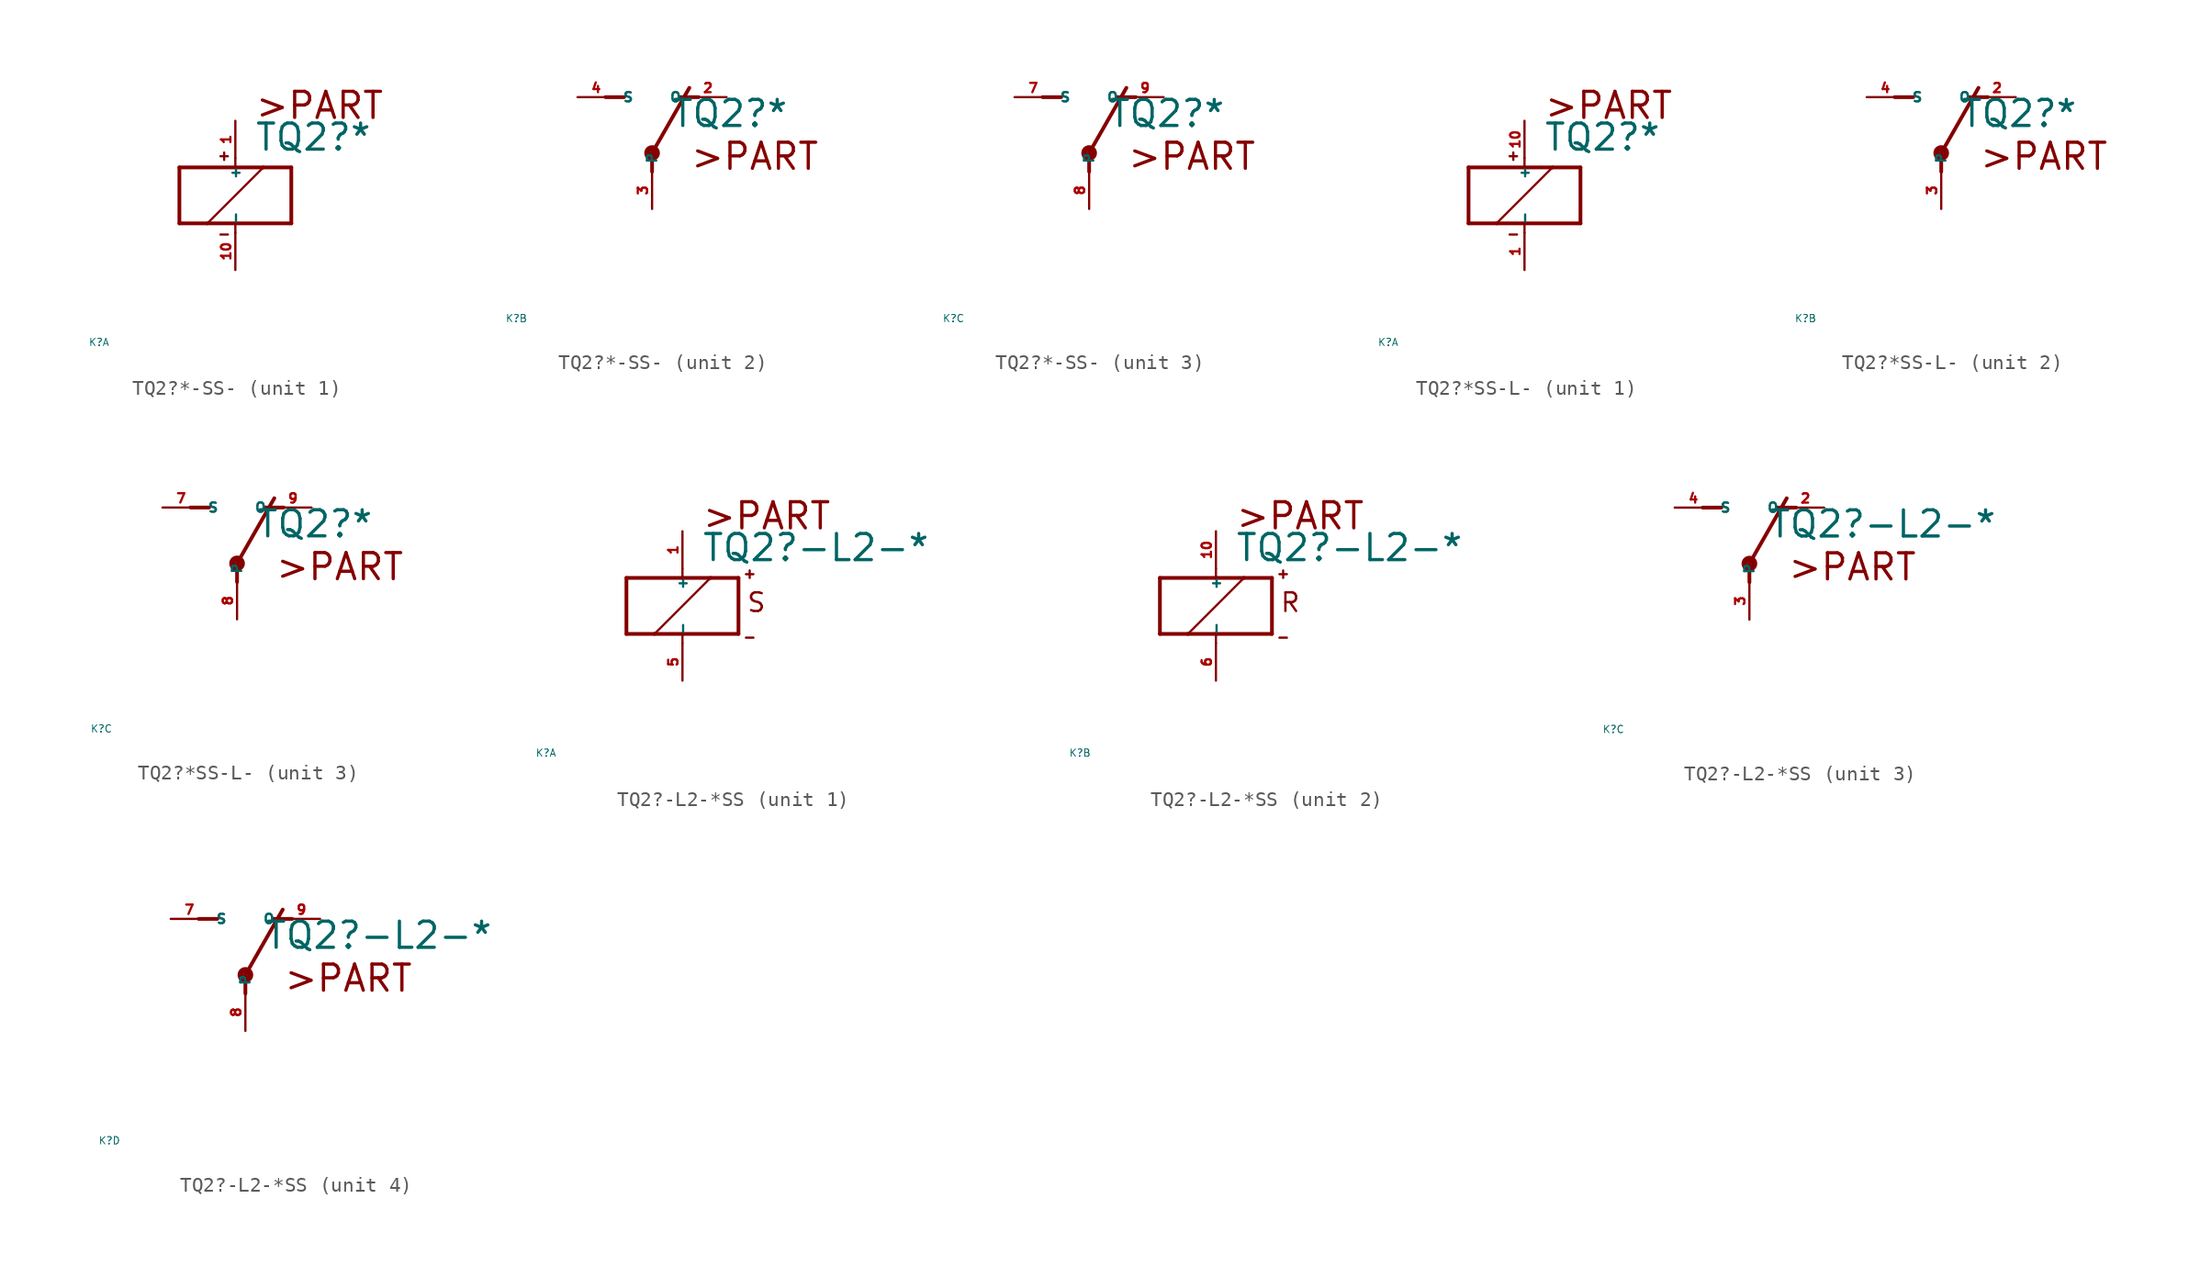
<source format=kicad_sym>
(kicad_symbol_lib
  (version 20220914)
  (generator Eagle2Kicad)
  (symbol "TQ2?*-SS-"
    (property "Reference" "K"
      (at -10 -10 0)
      (effects (font (size 0.5 0.5) (thickness 0.06)) (justify left)))
    (property "Value" "TQ2?*"
      (at 1.27 2.921 0)
      (effects (font (size 1.778 1.778) (thickness 0.22)) (justify left bottom)))
    (symbol "TQ2?*-SS-_1_0"
      (polyline (pts (xy -3.81 -1.905) (xy -1.905 -1.905)) (stroke (width 0.254) (type default)) (fill (type none)))
      (polyline (pts (xy 3.81 -1.905) (xy 3.81 1.905)) (stroke (width 0.254) (type default)) (fill (type none)))
      (polyline (pts (xy 3.81 1.905) (xy 1.905 1.905)) (stroke (width 0.254) (type default)) (fill (type none)))
      (polyline (pts (xy -3.81 1.905) (xy -3.81 -1.905)) (stroke (width 0.254) (type default)) (fill (type none)))
      (polyline (pts (xy 0 -2.54) (xy 0 -1.905)) (stroke (width 0.152) (type default)) (fill (type none)))
      (polyline (pts (xy 0 -1.905) (xy 3.81 -1.905)) (stroke (width 0.254) (type default)) (fill (type none)))
      (polyline (pts (xy 0 2.54) (xy 0 1.905)) (stroke (width 0.152) (type default)) (fill (type none)))
      (polyline (pts (xy 0 1.905) (xy -3.81 1.905)) (stroke (width 0.254) (type default)) (fill (type none)))
      (polyline (pts (xy -1.905 -1.905) (xy 1.905 1.905)) (stroke (width 0.152) (type default)) (fill (type none)))
      (polyline (pts (xy -1.905 -1.905) (xy 0 -1.905)) (stroke (width 0.254) (type default)) (fill (type none)))
      (polyline (pts (xy 1.905 1.905) (xy 0 1.905)) (stroke (width 0.254) (type default)) (fill (type none)))
      (polyline (pts (xy -1.016 2.667) (xy -0.508 2.667)) (stroke (width 0.152) (type default)) (fill (type none)))
      (polyline (pts (xy -0.762 2.921) (xy -0.762 2.413)) (stroke (width 0.152) (type default)) (fill (type none)))
      (polyline (pts (xy -1.016 -2.667) (xy -0.508 -2.667)) (stroke (width 0.152) (type default)) (fill (type none)))
      (text ">PART" (at 1.27 5.08 0) (effects (font (size 1.778 1.778) (thickness 0.22)) (justify left bottom)))
      (pin passive line (at 0 -5.08 90) (length 2.54) (name "-" (effects (font (size 0.635 0.635) (thickness 0.08)) (justify left bottom))) (number "10" (effects (font (size 0.635 0.635) (thickness 0.08)) (justify left bottom))))
      (pin passive line (at 0 5.08 270) (length 2.54) (name "+" (effects (font (size 0.635 0.635) (thickness 0.08)) (justify left bottom))) (number "1" (effects (font (size 0.635 0.635) (thickness 0.08)) (justify left bottom)))))
    (symbol "TQ2?*-SS-_2_0"
      (polyline (pts (xy 3.175 5.08) (xy 1.905 5.08)) (stroke (width 0.254) (type default)) (fill (type none)))
      (polyline (pts (xy -3.175 5.08) (xy -1.905 5.08)) (stroke (width 0.254) (type default)) (fill (type none)))
      (polyline (pts (xy 0 1.27) (xy 2.54 5.715)) (stroke (width 0.254) (type default)) (fill (type none)))
      (polyline (pts (xy 0 1.27) (xy 0 0)) (stroke (width 0.254) (type default)) (fill (type none)))
      (text ">PART" (at 2.54 0 0) (effects (font (size 1.778 1.778) (thickness 0.22)) (justify left bottom)))
      (circle (center 0 1.27) (radius 0.127) (stroke (width 0.406) (type default)) (fill (type none)))
      (pin passive line (at 5.08 5.08 180) (length 2.54) (name "O" (effects (font (size 0.635 0.635) (thickness 0.08)) (justify left bottom))) (number "2" (effects (font (size 0.635 0.635) (thickness 0.08)) (justify left bottom))))
      (pin passive line (at -5.08 5.08 0) (length 2.54) (name "S" (effects (font (size 0.635 0.635) (thickness 0.08)) (justify left bottom))) (number "4" (effects (font (size 0.635 0.635) (thickness 0.08)) (justify left bottom))))
      (pin passive line (at 0 -2.54 90) (length 2.54) (name "P" (effects (font (size 0.635 0.635) (thickness 0.08)) (justify left bottom))) (number "3" (effects (font (size 0.635 0.635) (thickness 0.08)) (justify left bottom)))))
    (symbol "TQ2?*-SS-_3_0"
      (polyline (pts (xy 3.175 5.08) (xy 1.905 5.08)) (stroke (width 0.254) (type default)) (fill (type none)))
      (polyline (pts (xy -3.175 5.08) (xy -1.905 5.08)) (stroke (width 0.254) (type default)) (fill (type none)))
      (polyline (pts (xy 0 1.27) (xy 2.54 5.715)) (stroke (width 0.254) (type default)) (fill (type none)))
      (polyline (pts (xy 0 1.27) (xy 0 0)) (stroke (width 0.254) (type default)) (fill (type none)))
      (text ">PART" (at 2.54 0 0) (effects (font (size 1.778 1.778) (thickness 0.22)) (justify left bottom)))
      (circle (center 0 1.27) (radius 0.127) (stroke (width 0.406) (type default)) (fill (type none)))
      (pin passive line (at 5.08 5.08 180) (length 2.54) (name "O" (effects (font (size 0.635 0.635) (thickness 0.08)) (justify left bottom))) (number "9" (effects (font (size 0.635 0.635) (thickness 0.08)) (justify left bottom))))
      (pin passive line (at -5.08 5.08 0) (length 2.54) (name "S" (effects (font (size 0.635 0.635) (thickness 0.08)) (justify left bottom))) (number "7" (effects (font (size 0.635 0.635) (thickness 0.08)) (justify left bottom))))
      (pin passive line (at 0 -2.54 90) (length 2.54) (name "P" (effects (font (size 0.635 0.635) (thickness 0.08)) (justify left bottom))) (number "8" (effects (font (size 0.635 0.635) (thickness 0.08)) (justify left bottom))))))
  (symbol "TQ2?*SS-L-"
    (property "Reference" "K"
      (at -10 -10 0)
      (effects (font (size 0.5 0.5) (thickness 0.06)) (justify left)))
    (property "Value" "TQ2?*"
      (at 1.27 2.921 0)
      (effects (font (size 1.778 1.778) (thickness 0.22)) (justify left bottom)))
    (symbol "TQ2?*SS-L-_1_0"
      (polyline (pts (xy -3.81 -1.905) (xy -1.905 -1.905)) (stroke (width 0.254) (type default)) (fill (type none)))
      (polyline (pts (xy 3.81 -1.905) (xy 3.81 1.905)) (stroke (width 0.254) (type default)) (fill (type none)))
      (polyline (pts (xy 3.81 1.905) (xy 1.905 1.905)) (stroke (width 0.254) (type default)) (fill (type none)))
      (polyline (pts (xy -3.81 1.905) (xy -3.81 -1.905)) (stroke (width 0.254) (type default)) (fill (type none)))
      (polyline (pts (xy 0 -2.54) (xy 0 -1.905)) (stroke (width 0.152) (type default)) (fill (type none)))
      (polyline (pts (xy 0 -1.905) (xy 3.81 -1.905)) (stroke (width 0.254) (type default)) (fill (type none)))
      (polyline (pts (xy 0 2.54) (xy 0 1.905)) (stroke (width 0.152) (type default)) (fill (type none)))
      (polyline (pts (xy 0 1.905) (xy -3.81 1.905)) (stroke (width 0.254) (type default)) (fill (type none)))
      (polyline (pts (xy -1.905 -1.905) (xy 1.905 1.905)) (stroke (width 0.152) (type default)) (fill (type none)))
      (polyline (pts (xy -1.905 -1.905) (xy 0 -1.905)) (stroke (width 0.254) (type default)) (fill (type none)))
      (polyline (pts (xy 1.905 1.905) (xy 0 1.905)) (stroke (width 0.254) (type default)) (fill (type none)))
      (polyline (pts (xy -1.016 2.667) (xy -0.508 2.667)) (stroke (width 0.152) (type default)) (fill (type none)))
      (polyline (pts (xy -0.762 2.921) (xy -0.762 2.413)) (stroke (width 0.152) (type default)) (fill (type none)))
      (polyline (pts (xy -1.016 -2.667) (xy -0.508 -2.667)) (stroke (width 0.152) (type default)) (fill (type none)))
      (text ">PART" (at 1.27 5.08 0) (effects (font (size 1.778 1.778) (thickness 0.22)) (justify left bottom)))
      (pin passive line (at 0 -5.08 90) (length 2.54) (name "-" (effects (font (size 0.635 0.635) (thickness 0.08)) (justify left bottom))) (number "1" (effects (font (size 0.635 0.635) (thickness 0.08)) (justify left bottom))))
      (pin passive line (at 0 5.08 270) (length 2.54) (name "+" (effects (font (size 0.635 0.635) (thickness 0.08)) (justify left bottom))) (number "10" (effects (font (size 0.635 0.635) (thickness 0.08)) (justify left bottom)))))
    (symbol "TQ2?*SS-L-_2_0"
      (polyline (pts (xy 3.175 5.08) (xy 1.905 5.08)) (stroke (width 0.254) (type default)) (fill (type none)))
      (polyline (pts (xy -3.175 5.08) (xy -1.905 5.08)) (stroke (width 0.254) (type default)) (fill (type none)))
      (polyline (pts (xy 0 1.27) (xy 2.54 5.715)) (stroke (width 0.254) (type default)) (fill (type none)))
      (polyline (pts (xy 0 1.27) (xy 0 0)) (stroke (width 0.254) (type default)) (fill (type none)))
      (text ">PART" (at 2.54 0 0) (effects (font (size 1.778 1.778) (thickness 0.22)) (justify left bottom)))
      (circle (center 0 1.27) (radius 0.127) (stroke (width 0.406) (type default)) (fill (type none)))
      (pin passive line (at 5.08 5.08 180) (length 2.54) (name "O" (effects (font (size 0.635 0.635) (thickness 0.08)) (justify left bottom))) (number "2" (effects (font (size 0.635 0.635) (thickness 0.08)) (justify left bottom))))
      (pin passive line (at -5.08 5.08 0) (length 2.54) (name "S" (effects (font (size 0.635 0.635) (thickness 0.08)) (justify left bottom))) (number "4" (effects (font (size 0.635 0.635) (thickness 0.08)) (justify left bottom))))
      (pin passive line (at 0 -2.54 90) (length 2.54) (name "P" (effects (font (size 0.635 0.635) (thickness 0.08)) (justify left bottom))) (number "3" (effects (font (size 0.635 0.635) (thickness 0.08)) (justify left bottom)))))
    (symbol "TQ2?*SS-L-_3_0"
      (polyline (pts (xy 3.175 5.08) (xy 1.905 5.08)) (stroke (width 0.254) (type default)) (fill (type none)))
      (polyline (pts (xy -3.175 5.08) (xy -1.905 5.08)) (stroke (width 0.254) (type default)) (fill (type none)))
      (polyline (pts (xy 0 1.27) (xy 2.54 5.715)) (stroke (width 0.254) (type default)) (fill (type none)))
      (polyline (pts (xy 0 1.27) (xy 0 0)) (stroke (width 0.254) (type default)) (fill (type none)))
      (text ">PART" (at 2.54 0 0) (effects (font (size 1.778 1.778) (thickness 0.22)) (justify left bottom)))
      (circle (center 0 1.27) (radius 0.127) (stroke (width 0.406) (type default)) (fill (type none)))
      (pin passive line (at 5.08 5.08 180) (length 2.54) (name "O" (effects (font (size 0.635 0.635) (thickness 0.08)) (justify left bottom))) (number "9" (effects (font (size 0.635 0.635) (thickness 0.08)) (justify left bottom))))
      (pin passive line (at -5.08 5.08 0) (length 2.54) (name "S" (effects (font (size 0.635 0.635) (thickness 0.08)) (justify left bottom))) (number "7" (effects (font (size 0.635 0.635) (thickness 0.08)) (justify left bottom))))
      (pin passive line (at 0 -2.54 90) (length 2.54) (name "P" (effects (font (size 0.635 0.635) (thickness 0.08)) (justify left bottom))) (number "8" (effects (font (size 0.635 0.635) (thickness 0.08)) (justify left bottom))))))
  (symbol "TQ2?-L2-*SS"
    (property "Reference" "K"
      (at -10 -10 0)
      (effects (font (size 0.5 0.5) (thickness 0.06)) (justify left)))
    (property "Value" "TQ2?-L2-*"
      (at 1.27 2.921 0)
      (effects (font (size 1.778 1.778) (thickness 0.22)) (justify left bottom)))
    (symbol "TQ2?-L2-*SS_1_0"
      (polyline (pts (xy -3.81 -1.905) (xy -1.905 -1.905)) (stroke (width 0.254) (type default)) (fill (type none)))
      (polyline (pts (xy 3.81 -1.905) (xy 3.81 1.905)) (stroke (width 0.254) (type default)) (fill (type none)))
      (polyline (pts (xy 3.81 1.905) (xy 1.905 1.905)) (stroke (width 0.254) (type default)) (fill (type none)))
      (polyline (pts (xy -3.81 1.905) (xy -3.81 -1.905)) (stroke (width 0.254) (type default)) (fill (type none)))
      (polyline (pts (xy 0 -2.54) (xy 0 -1.905)) (stroke (width 0.152) (type default)) (fill (type none)))
      (polyline (pts (xy 0 -1.905) (xy 3.81 -1.905)) (stroke (width 0.254) (type default)) (fill (type none)))
      (polyline (pts (xy 0 2.54) (xy 0 1.905)) (stroke (width 0.152) (type default)) (fill (type none)))
      (polyline (pts (xy 0 1.905) (xy -3.81 1.905)) (stroke (width 0.254) (type default)) (fill (type none)))
      (polyline (pts (xy -1.905 -1.905) (xy 1.905 1.905)) (stroke (width 0.152) (type default)) (fill (type none)))
      (polyline (pts (xy -1.905 -1.905) (xy 0 -1.905)) (stroke (width 0.254) (type default)) (fill (type none)))
      (polyline (pts (xy 1.905 1.905) (xy 0 1.905)) (stroke (width 0.254) (type default)) (fill (type none)))
      (polyline (pts (xy 4.318 2.159) (xy 4.826 2.159)) (stroke (width 0.152) (type default)) (fill (type none)))
      (polyline (pts (xy 4.572 2.413) (xy 4.572 1.905)) (stroke (width 0.152) (type default)) (fill (type none)))
      (polyline (pts (xy 4.318 -2.159) (xy 4.826 -2.159)) (stroke (width 0.152) (type default)) (fill (type none)))
      (text ">PART" (at 1.27 5.08 0) (effects (font (size 1.778 1.778) (thickness 0.22)) (justify left bottom)))
      (text "S" (at 4.318 -0.508 0) (effects (font (size 1.27 1.27) (thickness 0.16)) (justify left bottom)))
      (pin passive line (at 0 -5.08 90) (length 2.54) (name "-" (effects (font (size 0.635 0.635) (thickness 0.08)) (justify left bottom))) (number "5" (effects (font (size 0.635 0.635) (thickness 0.08)) (justify left bottom))))
      (pin passive line (at 0 5.08 270) (length 2.54) (name "+" (effects (font (size 0.635 0.635) (thickness 0.08)) (justify left bottom))) (number "1" (effects (font (size 0.635 0.635) (thickness 0.08)) (justify left bottom)))))
    (symbol "TQ2?-L2-*SS_2_0"
      (polyline (pts (xy -3.81 -1.905) (xy -1.905 -1.905)) (stroke (width 0.254) (type default)) (fill (type none)))
      (polyline (pts (xy 3.81 -1.905) (xy 3.81 1.905)) (stroke (width 0.254) (type default)) (fill (type none)))
      (polyline (pts (xy 3.81 1.905) (xy 1.905 1.905)) (stroke (width 0.254) (type default)) (fill (type none)))
      (polyline (pts (xy -3.81 1.905) (xy -3.81 -1.905)) (stroke (width 0.254) (type default)) (fill (type none)))
      (polyline (pts (xy 0 -2.54) (xy 0 -1.905)) (stroke (width 0.152) (type default)) (fill (type none)))
      (polyline (pts (xy 0 -1.905) (xy 3.81 -1.905)) (stroke (width 0.254) (type default)) (fill (type none)))
      (polyline (pts (xy 0 2.54) (xy 0 1.905)) (stroke (width 0.152) (type default)) (fill (type none)))
      (polyline (pts (xy 0 1.905) (xy -3.81 1.905)) (stroke (width 0.254) (type default)) (fill (type none)))
      (polyline (pts (xy -1.905 -1.905) (xy 1.905 1.905)) (stroke (width 0.152) (type default)) (fill (type none)))
      (polyline (pts (xy -1.905 -1.905) (xy 0 -1.905)) (stroke (width 0.254) (type default)) (fill (type none)))
      (polyline (pts (xy 1.905 1.905) (xy 0 1.905)) (stroke (width 0.254) (type default)) (fill (type none)))
      (polyline (pts (xy 4.318 2.159) (xy 4.826 2.159)) (stroke (width 0.152) (type default)) (fill (type none)))
      (polyline (pts (xy 4.572 2.413) (xy 4.572 1.905)) (stroke (width 0.152) (type default)) (fill (type none)))
      (polyline (pts (xy 4.318 -2.159) (xy 4.826 -2.159)) (stroke (width 0.152) (type default)) (fill (type none)))
      (text ">PART" (at 1.27 5.08 0) (effects (font (size 1.778 1.778) (thickness 0.22)) (justify left bottom)))
      (text "R" (at 4.318 -0.508 0) (effects (font (size 1.27 1.27) (thickness 0.16)) (justify left bottom)))
      (pin passive line (at 0 -5.08 90) (length 2.54) (name "-" (effects (font (size 0.635 0.635) (thickness 0.08)) (justify left bottom))) (number "6" (effects (font (size 0.635 0.635) (thickness 0.08)) (justify left bottom))))
      (pin passive line (at 0 5.08 270) (length 2.54) (name "+" (effects (font (size 0.635 0.635) (thickness 0.08)) (justify left bottom))) (number "10" (effects (font (size 0.635 0.635) (thickness 0.08)) (justify left bottom)))))
    (symbol "TQ2?-L2-*SS_3_0"
      (polyline (pts (xy 3.175 5.08) (xy 1.905 5.08)) (stroke (width 0.254) (type default)) (fill (type none)))
      (polyline (pts (xy -3.175 5.08) (xy -1.905 5.08)) (stroke (width 0.254) (type default)) (fill (type none)))
      (polyline (pts (xy 0 1.27) (xy 2.54 5.715)) (stroke (width 0.254) (type default)) (fill (type none)))
      (polyline (pts (xy 0 1.27) (xy 0 0)) (stroke (width 0.254) (type default)) (fill (type none)))
      (text ">PART" (at 2.54 0 0) (effects (font (size 1.778 1.778) (thickness 0.22)) (justify left bottom)))
      (circle (center 0 1.27) (radius 0.127) (stroke (width 0.406) (type default)) (fill (type none)))
      (pin passive line (at 5.08 5.08 180) (length 2.54) (name "O" (effects (font (size 0.635 0.635) (thickness 0.08)) (justify left bottom))) (number "2" (effects (font (size 0.635 0.635) (thickness 0.08)) (justify left bottom))))
      (pin passive line (at -5.08 5.08 0) (length 2.54) (name "S" (effects (font (size 0.635 0.635) (thickness 0.08)) (justify left bottom))) (number "4" (effects (font (size 0.635 0.635) (thickness 0.08)) (justify left bottom))))
      (pin passive line (at 0 -2.54 90) (length 2.54) (name "P" (effects (font (size 0.635 0.635) (thickness 0.08)) (justify left bottom))) (number "3" (effects (font (size 0.635 0.635) (thickness 0.08)) (justify left bottom)))))
    (symbol "TQ2?-L2-*SS_4_0"
      (polyline (pts (xy 3.175 5.08) (xy 1.905 5.08)) (stroke (width 0.254) (type default)) (fill (type none)))
      (polyline (pts (xy -3.175 5.08) (xy -1.905 5.08)) (stroke (width 0.254) (type default)) (fill (type none)))
      (polyline (pts (xy 0 1.27) (xy 2.54 5.715)) (stroke (width 0.254) (type default)) (fill (type none)))
      (polyline (pts (xy 0 1.27) (xy 0 0)) (stroke (width 0.254) (type default)) (fill (type none)))
      (text ">PART" (at 2.54 0 0) (effects (font (size 1.778 1.778) (thickness 0.22)) (justify left bottom)))
      (circle (center 0 1.27) (radius 0.127) (stroke (width 0.406) (type default)) (fill (type none)))
      (pin passive line (at 5.08 5.08 180) (length 2.54) (name "O" (effects (font (size 0.635 0.635) (thickness 0.08)) (justify left bottom))) (number "9" (effects (font (size 0.635 0.635) (thickness 0.08)) (justify left bottom))))
      (pin passive line (at -5.08 5.08 0) (length 2.54) (name "S" (effects (font (size 0.635 0.635) (thickness 0.08)) (justify left bottom))) (number "7" (effects (font (size 0.635 0.635) (thickness 0.08)) (justify left bottom))))
      (pin passive line (at 0 -2.54 90) (length 2.54) (name "P" (effects (font (size 0.635 0.635) (thickness 0.08)) (justify left bottom))) (number "8" (effects (font (size 0.635 0.635) (thickness 0.08)) (justify left bottom)))))))
</source>
